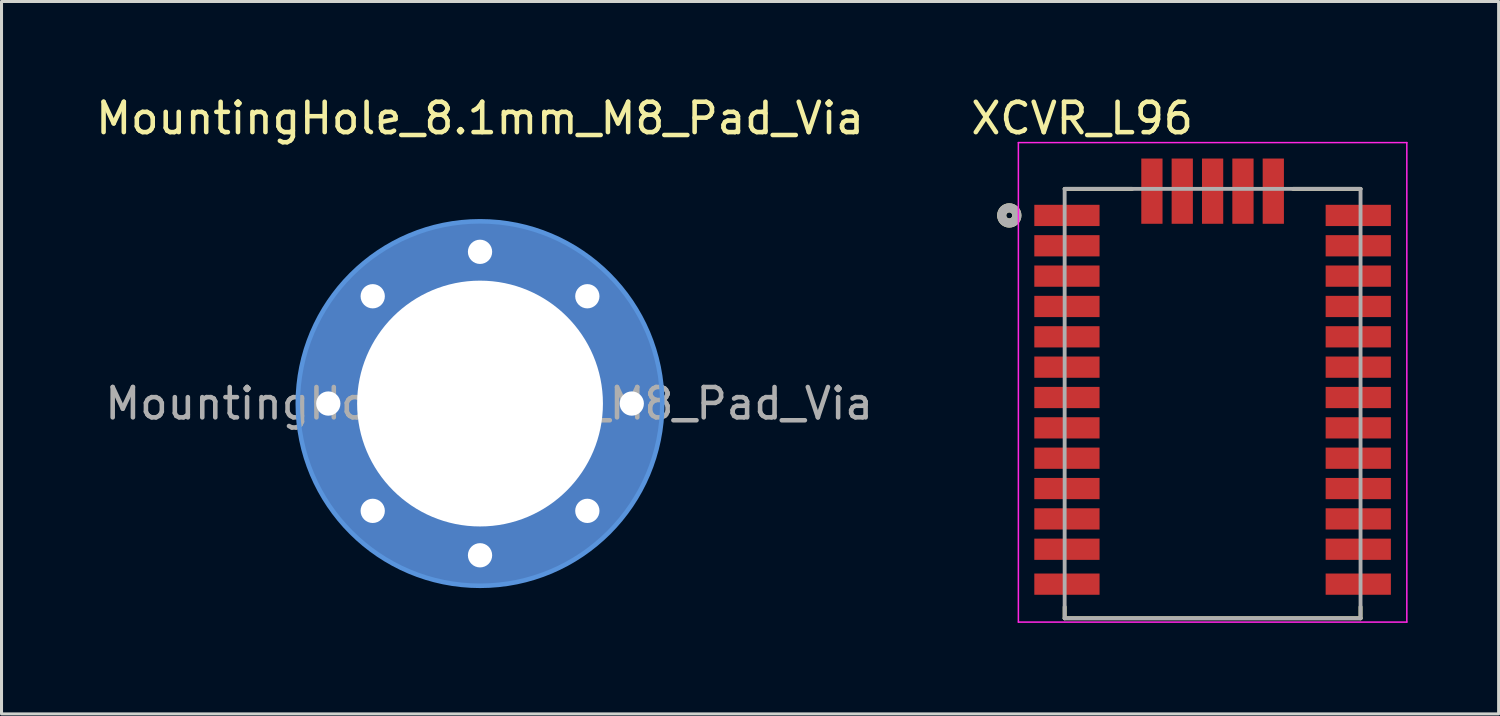
<source format=kicad_pcb>
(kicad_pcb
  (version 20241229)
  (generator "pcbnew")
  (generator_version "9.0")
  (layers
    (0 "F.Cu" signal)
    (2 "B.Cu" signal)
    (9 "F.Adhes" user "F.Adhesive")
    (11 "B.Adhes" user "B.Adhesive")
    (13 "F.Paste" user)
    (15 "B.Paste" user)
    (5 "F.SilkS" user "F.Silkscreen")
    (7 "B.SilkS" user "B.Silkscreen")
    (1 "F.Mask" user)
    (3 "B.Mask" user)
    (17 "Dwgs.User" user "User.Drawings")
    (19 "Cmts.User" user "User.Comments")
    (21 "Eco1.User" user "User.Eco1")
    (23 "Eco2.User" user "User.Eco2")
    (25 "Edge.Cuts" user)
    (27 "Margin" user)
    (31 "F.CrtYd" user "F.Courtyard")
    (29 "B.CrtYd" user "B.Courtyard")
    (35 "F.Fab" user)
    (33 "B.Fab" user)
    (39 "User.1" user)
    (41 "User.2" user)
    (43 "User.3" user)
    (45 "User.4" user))
  (footprint "MountingHole_8.1mm_M8_Pad_Via"
    (layer "F.Cu")
    (at 12.768 10.248)
    (property "Reference" "MountingHole_8.1mm_M8_Pad_Via" (at 0 -9.4 0) (layer "F.SilkS") (effects (font (size 1 1) (thickness 0.15))))
    (attr exclude_from_pos_files exclude_from_bom)
    (fp_circle (center 0 0) (end 6 0.25) (stroke (width 0.15) (type solid)) (fill no) (layer "Cmts.User"))
    (fp_circle (center 0 0) (end 6 0) (stroke (width 0.05) (type solid)) (fill no) (layer "F.CrtYd"))
    (fp_text user "${REFERENCE}" (at 0.3 0 0) (layer "F.Fab") (effects (font (size 1 1) (thickness 0.15))))
    (pad "1" thru_hole circle (at -5 0) (size 1.1 1.1) (drill 0.8) (layers "*.Cu" "*.Mask"))
    (pad "1" thru_hole circle (at -3.536 -3.536) (size 1.1 1.1) (drill 0.8) (layers "*.Cu" "*.Mask"))
    (pad "1" thru_hole circle (at -3.536 3.536) (size 1.1 1.1) (drill 0.8) (layers "*.Cu" "*.Mask"))
    (pad "1" thru_hole circle (at 0 -5) (size 1.1 1.1) (drill 0.8) (layers "*.Cu" "*.Mask"))
    (pad "1" thru_hole circle (at 0 0) (size 12 12) (drill 8.1) (layers "*.Cu" "*.Mask"))
    (pad "1" thru_hole circle (at 0 5) (size 1.1 1.1) (drill 0.8) (layers "*.Cu" "*.Mask"))
    (pad "1" thru_hole circle (at 3.536 -3.536) (size 1.1 1.1) (drill 0.8) (layers "*.Cu" "*.Mask"))
    (pad "1" thru_hole circle (at 3.536 3.536) (size 1.1 1.1) (drill 0.8) (layers "*.Cu" "*.Mask"))
    (pad "1" thru_hole circle (at 5 0) (size 1.1 1.1) (drill 0.8) (layers "*.Cu" "*.Mask")))
  (footprint "XCVR_L96"
    (layer "F.Cu")
    (at 36.908 10.249)
    (property "Reference" "XCVR_L96" (at -4.3 -9.4 0) (layer "F.SilkS") (effects (font (size 1.001 1.001) (thickness 0.15))))
    (attr through_hole)
    (fp_line (start -4.875 -7.075) (end -2.65 -7.075) (stroke (width 0.127) (type solid)) (layer "F.SilkS"))
    (fp_line (start -4.875 6.7) (end -4.875 7.075) (stroke (width 0.127) (type solid)) (layer "F.SilkS"))
    (fp_line (start -4.875 7.075) (end 4.875 7.075) (stroke (width 0.127) (type solid)) (layer "F.SilkS"))
    (fp_line (start 2.65 -7.075) (end 4.875 -7.075) (stroke (width 0.127) (type solid)) (layer "F.SilkS"))
    (fp_line (start 4.875 7.075) (end 4.875 6.7) (stroke (width 0.127) (type solid)) (layer "F.SilkS"))
    (fp_circle (center -6.7 -6.2) (end -6.6 -6.2) (stroke (width 0.3) (type solid)) (fill no) (layer "F.SilkS"))
    (fp_poly (pts (xy -6.275 -6.55) (xy -3.825 -6.55) (xy -3.825 -5.85) (xy -6.275 -5.85)) (stroke (width 0.01) (type solid)) (fill yes) (layer "F.Paste"))
    (fp_poly (pts (xy -6.275 -5.55) (xy -3.825 -5.55) (xy -3.825 -4.85) (xy -6.275 -4.85)) (stroke (width 0.01) (type solid)) (fill yes) (layer "F.Paste"))
    (fp_poly (pts (xy -6.275 -4.55) (xy -3.825 -4.55) (xy -3.825 -3.85) (xy -6.275 -3.85)) (stroke (width 0.01) (type solid)) (fill yes) (layer "F.Paste"))
    (fp_poly (pts (xy -6.275 -3.55) (xy -3.825 -3.55) (xy -3.825 -2.85) (xy -6.275 -2.85)) (stroke (width 0.01) (type solid)) (fill yes) (layer "F.Paste"))
    (fp_poly (pts (xy -6.275 -2.55) (xy -3.825 -2.55) (xy -3.825 -1.85) (xy -6.275 -1.85)) (stroke (width 0.01) (type solid)) (fill yes) (layer "F.Paste"))
    (fp_poly (pts (xy -6.275 -1.55) (xy -3.825 -1.55) (xy -3.825 -0.85) (xy -6.275 -0.85)) (stroke (width 0.01) (type solid)) (fill yes) (layer "F.Paste"))
    (fp_poly (pts (xy -6.275 -0.55) (xy -3.825 -0.55) (xy -3.825 0.15) (xy -6.275 0.15)) (stroke (width 0.01) (type solid)) (fill yes) (layer "F.Paste"))
    (fp_poly (pts (xy -6.275 0.45) (xy -3.825 0.45) (xy -3.825 1.15) (xy -6.275 1.15)) (stroke (width 0.01) (type solid)) (fill yes) (layer "F.Paste"))
    (fp_poly (pts (xy -6.275 1.45) (xy -3.825 1.45) (xy -3.825 2.15) (xy -6.275 2.15)) (stroke (width 0.01) (type solid)) (fill yes) (layer "F.Paste"))
    (fp_poly (pts (xy -6.275 2.45) (xy -3.825 2.45) (xy -3.825 3.15) (xy -6.275 3.15)) (stroke (width 0.01) (type solid)) (fill yes) (layer "F.Paste"))
    (fp_poly (pts (xy -6.275 3.45) (xy -3.825 3.45) (xy -3.825 4.15) (xy -6.275 4.15)) (stroke (width 0.01) (type solid)) (fill yes) (layer "F.Paste"))
    (fp_poly (pts (xy -6.275 4.45) (xy -3.825 4.45) (xy -3.825 5.15) (xy -6.275 5.15)) (stroke (width 0.01) (type solid)) (fill yes) (layer "F.Paste"))
    (fp_poly (pts (xy -6.275 5.6) (xy -3.825 5.6) (xy -3.825 6.3) (xy -6.275 6.3)) (stroke (width 0.01) (type solid)) (fill yes) (layer "F.Paste"))
    (fp_poly (pts (xy -2.35 -8.475) (xy -1.65 -8.475) (xy -1.65 -6.025) (xy -2.35 -6.025)) (stroke (width 0.01) (type solid)) (fill yes) (layer "F.Paste"))
    (fp_poly (pts (xy -1.35 -8.475) (xy -0.65 -8.475) (xy -0.65 -6.025) (xy -1.35 -6.025)) (stroke (width 0.01) (type solid)) (fill yes) (layer "F.Paste"))
    (fp_poly (pts (xy -0.35 -8.475) (xy 0.35 -8.475) (xy 0.35 -6.025) (xy -0.35 -6.025)) (stroke (width 0.01) (type solid)) (fill yes) (layer "F.Paste"))
    (fp_poly (pts (xy 0.65 -8.475) (xy 1.35 -8.475) (xy 1.35 -6.025) (xy 0.65 -6.025)) (stroke (width 0.01) (type solid)) (fill yes) (layer "F.Paste"))
    (fp_poly (pts (xy 1.65 -8.475) (xy 2.35 -8.475) (xy 2.35 -6.025) (xy 1.65 -6.025)) (stroke (width 0.01) (type solid)) (fill yes) (layer "F.Paste"))
    (fp_poly (pts (xy 3.825 -6.55) (xy 6.275 -6.55) (xy 6.275 -5.85) (xy 3.825 -5.85)) (stroke (width 0.01) (type solid)) (fill yes) (layer "F.Paste"))
    (fp_poly (pts (xy 3.825 -5.55) (xy 6.275 -5.55) (xy 6.275 -4.85) (xy 3.825 -4.85)) (stroke (width 0.01) (type solid)) (fill yes) (layer "F.Paste"))
    (fp_poly (pts (xy 3.825 -4.55) (xy 6.275 -4.55) (xy 6.275 -3.85) (xy 3.825 -3.85)) (stroke (width 0.01) (type solid)) (fill yes) (layer "F.Paste"))
    (fp_poly (pts (xy 3.825 -3.55) (xy 6.275 -3.55) (xy 6.275 -2.85) (xy 3.825 -2.85)) (stroke (width 0.01) (type solid)) (fill yes) (layer "F.Paste"))
    (fp_poly (pts (xy 3.825 -2.55) (xy 6.275 -2.55) (xy 6.275 -1.85) (xy 3.825 -1.85)) (stroke (width 0.01) (type solid)) (fill yes) (layer "F.Paste"))
    (fp_poly (pts (xy 3.825 -1.55) (xy 6.275 -1.55) (xy 6.275 -0.85) (xy 3.825 -0.85)) (stroke (width 0.01) (type solid)) (fill yes) (layer "F.Paste"))
    (fp_poly (pts (xy 3.825 -0.55) (xy 6.275 -0.55) (xy 6.275 0.15) (xy 3.825 0.15)) (stroke (width 0.01) (type solid)) (fill yes) (layer "F.Paste"))
    (fp_poly (pts (xy 3.825 0.45) (xy 6.275 0.45) (xy 6.275 1.15) (xy 3.825 1.15)) (stroke (width 0.01) (type solid)) (fill yes) (layer "F.Paste"))
    (fp_poly (pts (xy 3.825 1.45) (xy 6.275 1.45) (xy 6.275 2.15) (xy 3.825 2.15)) (stroke (width 0.01) (type solid)) (fill yes) (layer "F.Paste"))
    (fp_poly (pts (xy 3.825 2.45) (xy 6.275 2.45) (xy 6.275 3.15) (xy 3.825 3.15)) (stroke (width 0.01) (type solid)) (fill yes) (layer "F.Paste"))
    (fp_poly (pts (xy 3.825 3.45) (xy 6.275 3.45) (xy 6.275 4.15) (xy 3.825 4.15)) (stroke (width 0.01) (type solid)) (fill yes) (layer "F.Paste"))
    (fp_poly (pts (xy 3.825 4.45) (xy 6.275 4.45) (xy 6.275 5.15) (xy 3.825 5.15)) (stroke (width 0.01) (type solid)) (fill yes) (layer "F.Paste"))
    (fp_poly (pts (xy 3.825 5.6) (xy 6.275 5.6) (xy 6.275 6.3) (xy 3.825 6.3)) (stroke (width 0.01) (type solid)) (fill yes) (layer "F.Paste"))
    (fp_line (start -6.4 -8.6) (end -6.4 7.2) (stroke (width 0.05) (type solid)) (layer "F.CrtYd"))
    (fp_line (start -6.4 7.2) (end 6.4 7.2) (stroke (width 0.05) (type solid)) (layer "F.CrtYd"))
    (fp_line (start 6.4 -8.6) (end -6.4 -8.6) (stroke (width 0.05) (type solid)) (layer "F.CrtYd"))
    (fp_line (start 6.4 7.2) (end 6.4 -8.6) (stroke (width 0.05) (type solid)) (layer "F.CrtYd"))
    (fp_line (start -4.875 -7.075) (end 4.875 -7.075) (stroke (width 0.127) (type solid)) (layer "F.Fab"))
    (fp_line (start -4.875 7.075) (end -4.875 -7.075) (stroke (width 0.127) (type solid)) (layer "F.Fab"))
    (fp_line (start 4.875 -7.075) (end 4.875 7.075) (stroke (width 0.127) (type solid)) (layer "F.Fab"))
    (fp_line (start 4.875 7.075) (end -4.875 7.075) (stroke (width 0.127) (type solid)) (layer "F.Fab"))
    (fp_circle (center -6.7 -6.2) (end -6.6 -6.2) (stroke (width 0.3) (type solid)) (fill no) (layer "F.Fab"))
    (pad "1" smd rect (at -4.8 -6.2) (size 2.15 0.7) (layers "F.Cu" "F.Mask"))
    (pad "2" smd rect (at -4.8 -5.2) (size 2.15 0.7) (layers "F.Cu" "F.Mask"))
    (pad "3" smd rect (at -4.8 -4.2) (size 2.15 0.7) (layers "F.Cu" "F.Mask"))
    (pad "4" smd rect (at -4.8 -3.2) (size 2.15 0.7) (layers "F.Cu" "F.Mask"))
    (pad "5" smd rect (at -4.8 -2.2) (size 2.15 0.7) (layers "F.Cu" "F.Mask"))
    (pad "6" smd rect (at -4.8 -1.2) (size 2.15 0.7) (layers "F.Cu" "F.Mask"))
    (pad "7" smd rect (at -4.8 -0.2) (size 2.15 0.7) (layers "F.Cu" "F.Mask"))
    (pad "8" smd rect (at -4.8 0.8) (size 2.15 0.7) (layers "F.Cu" "F.Mask"))
    (pad "9" smd rect (at -4.8 1.8) (size 2.15 0.7) (layers "F.Cu" "F.Mask"))
    (pad "10" smd rect (at -4.8 2.8) (size 2.15 0.7) (layers "F.Cu" "F.Mask"))
    (pad "11" smd rect (at -4.8 3.8) (size 2.15 0.7) (layers "F.Cu" "F.Mask"))
    (pad "12" smd rect (at -4.8 4.8) (size 2.15 0.7) (layers "F.Cu" "F.Mask"))
    (pad "13" smd rect (at -4.8 5.95) (size 2.15 0.7) (layers "F.Cu" "F.Mask"))
    (pad "14" smd rect (at 4.8 5.95) (size 2.15 0.7) (layers "F.Cu" "F.Mask"))
    (pad "15" smd rect (at 4.8 4.8) (size 2.15 0.7) (layers "F.Cu" "F.Mask"))
    (pad "16" smd rect (at 4.8 3.8) (size 2.15 0.7) (layers "F.Cu" "F.Mask"))
    (pad "17" smd rect (at 4.8 2.8) (size 2.15 0.7) (layers "F.Cu" "F.Mask"))
    (pad "18" smd rect (at 4.8 1.8) (size 2.15 0.7) (layers "F.Cu" "F.Mask"))
    (pad "19" smd rect (at 4.8 0.8) (size 2.15 0.7) (layers "F.Cu" "F.Mask"))
    (pad "20" smd rect (at 4.8 -0.2) (size 2.15 0.7) (layers "F.Cu" "F.Mask"))
    (pad "21" smd rect (at 4.8 -1.2) (size 2.15 0.7) (layers "F.Cu" "F.Mask"))
    (pad "22" smd rect (at 4.8 -2.2) (size 2.15 0.7) (layers "F.Cu" "F.Mask"))
    (pad "23" smd rect (at 4.8 -3.2) (size 2.15 0.7) (layers "F.Cu" "F.Mask"))
    (pad "24" smd rect (at 4.8 -4.2) (size 2.15 0.7) (layers "F.Cu" "F.Mask"))
    (pad "25" smd rect (at 4.8 -5.2) (size 2.15 0.7) (layers "F.Cu" "F.Mask"))
    (pad "26" smd rect (at 4.8 -6.2) (size 2.15 0.7) (layers "F.Cu" "F.Mask"))
    (pad "27" smd rect (at 2 -7) (size 0.7 2.15) (layers "F.Cu" "F.Mask"))
    (pad "28" smd rect (at 1 -7) (size 0.7 2.15) (layers "F.Cu" "F.Mask"))
    (pad "29" smd rect (at 0 -7) (size 0.7 2.15) (layers "F.Cu" "F.Mask"))
    (pad "30" smd rect (at -1 -7) (size 0.7 2.15) (layers "F.Cu" "F.Mask"))
    (pad "31" smd rect (at -2 -7) (size 0.7 2.15) (layers "F.Cu" "F.Mask")))
  (gr_rect
    (start -3 -3)
    (end 46.333 20.474)
    (stroke (width 0.1) (type default))
    (fill no)
    (layer "Edge.Cuts")))
</source>
